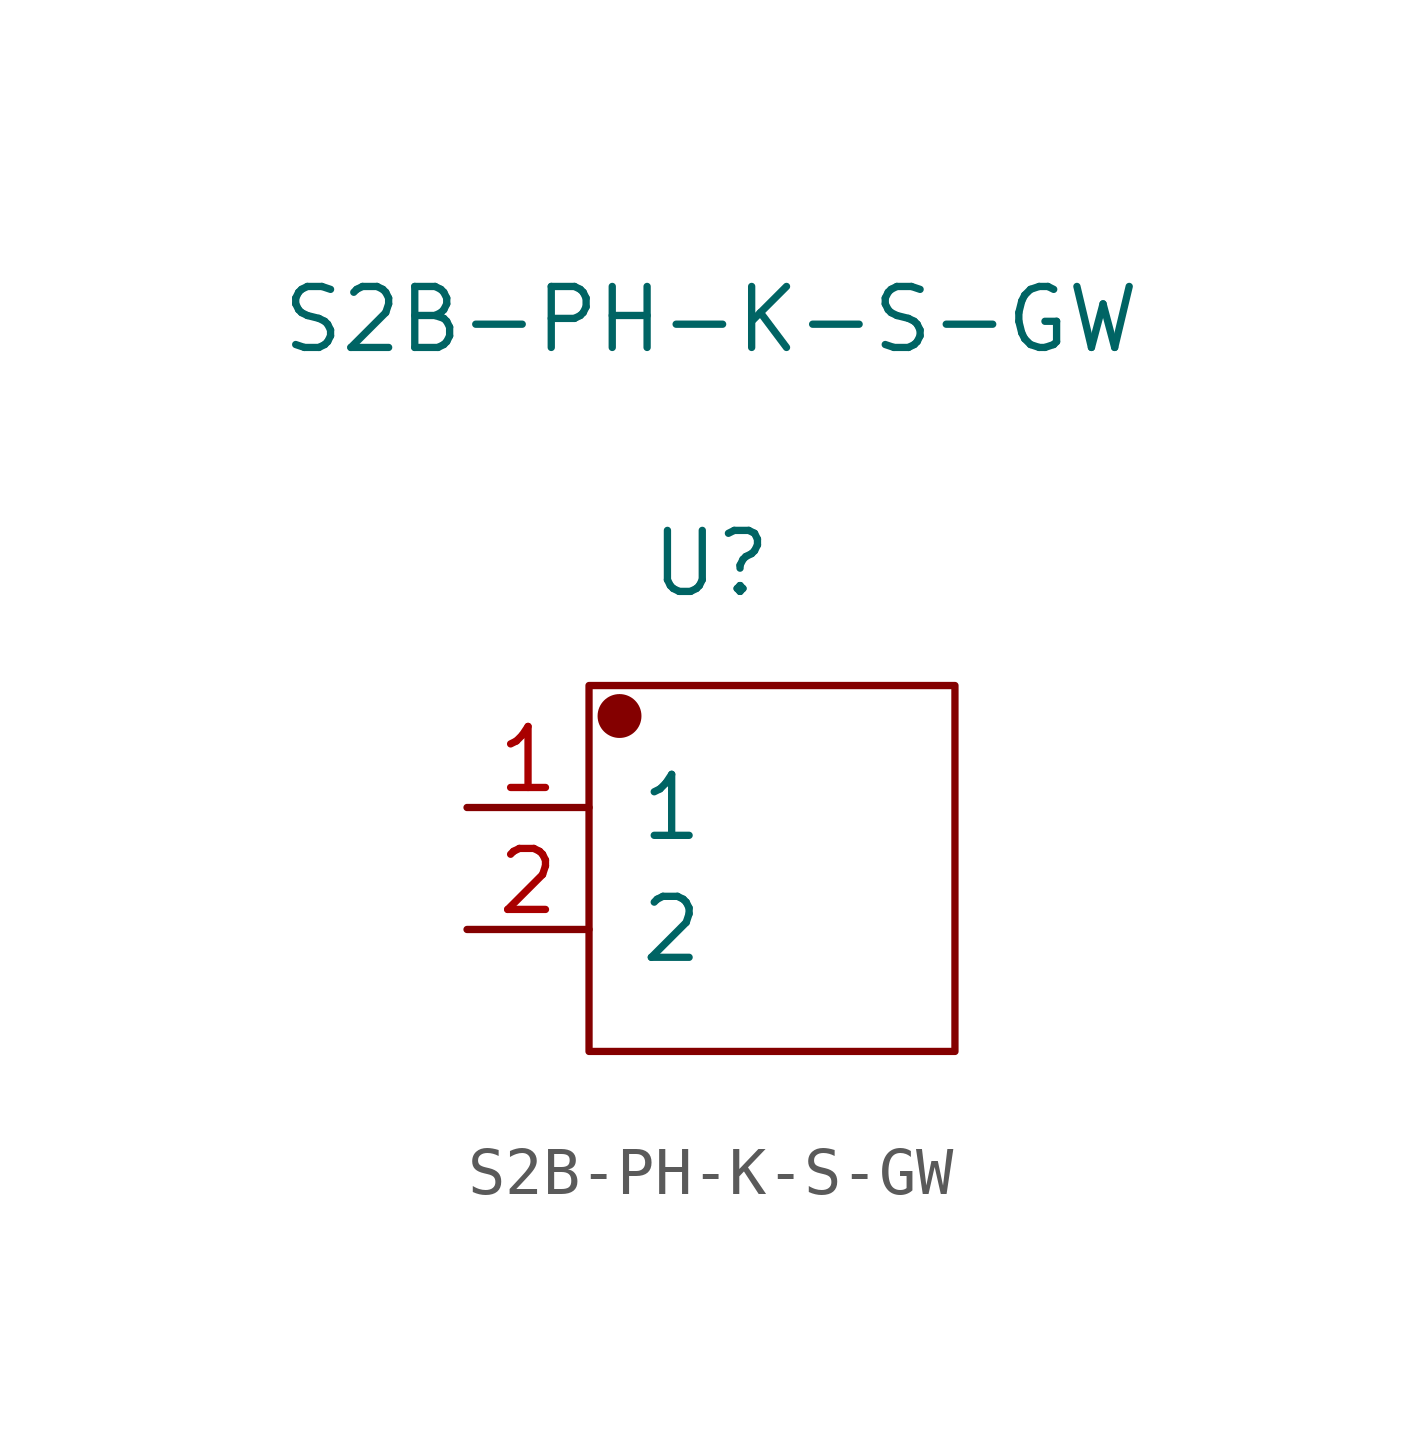
<source format=kicad_sym>
(kicad_symbol_lib
  (version 20231120)
  (generator "kicad_symbol_editor")
  (generator_version "8.0")
  (symbol "S2B-PH-K-S-GW"
    (pin_names
      (offset 1.016))
    (property "Reference" "U"
      (at 0 6.35 0)
      (effects (font (size 1.27 1.27))))
    (property "Value" "S2B-PH-K-S-GW"
      (at 0 11.43 0)
      (effects (font (size 1.27 1.27))))
    (symbol "S2B-PH-K-S-GW_1_1"
      (rectangle (start -2.54 3.81) (end 5.08 -3.81) (stroke (width 0.152) (type solid)) (fill (type none)))
      (circle (center -1.905 3.175) (radius 0.381) (stroke (width 0.152) (type solid)) (fill (type outline)))
      (pin input line (at -5.08 1.27 0) (length 2.54) (name "1" (effects (font (size 1.27 1.27)))) (number "1" (effects (font (size 1.27 1.27)))))
      (pin input line (at -5.08 -1.27 0) (length 2.54) (name "2" (effects (font (size 1.27 1.27)))) (number "2" (effects (font (size 1.27 1.27))))))))
</source>
